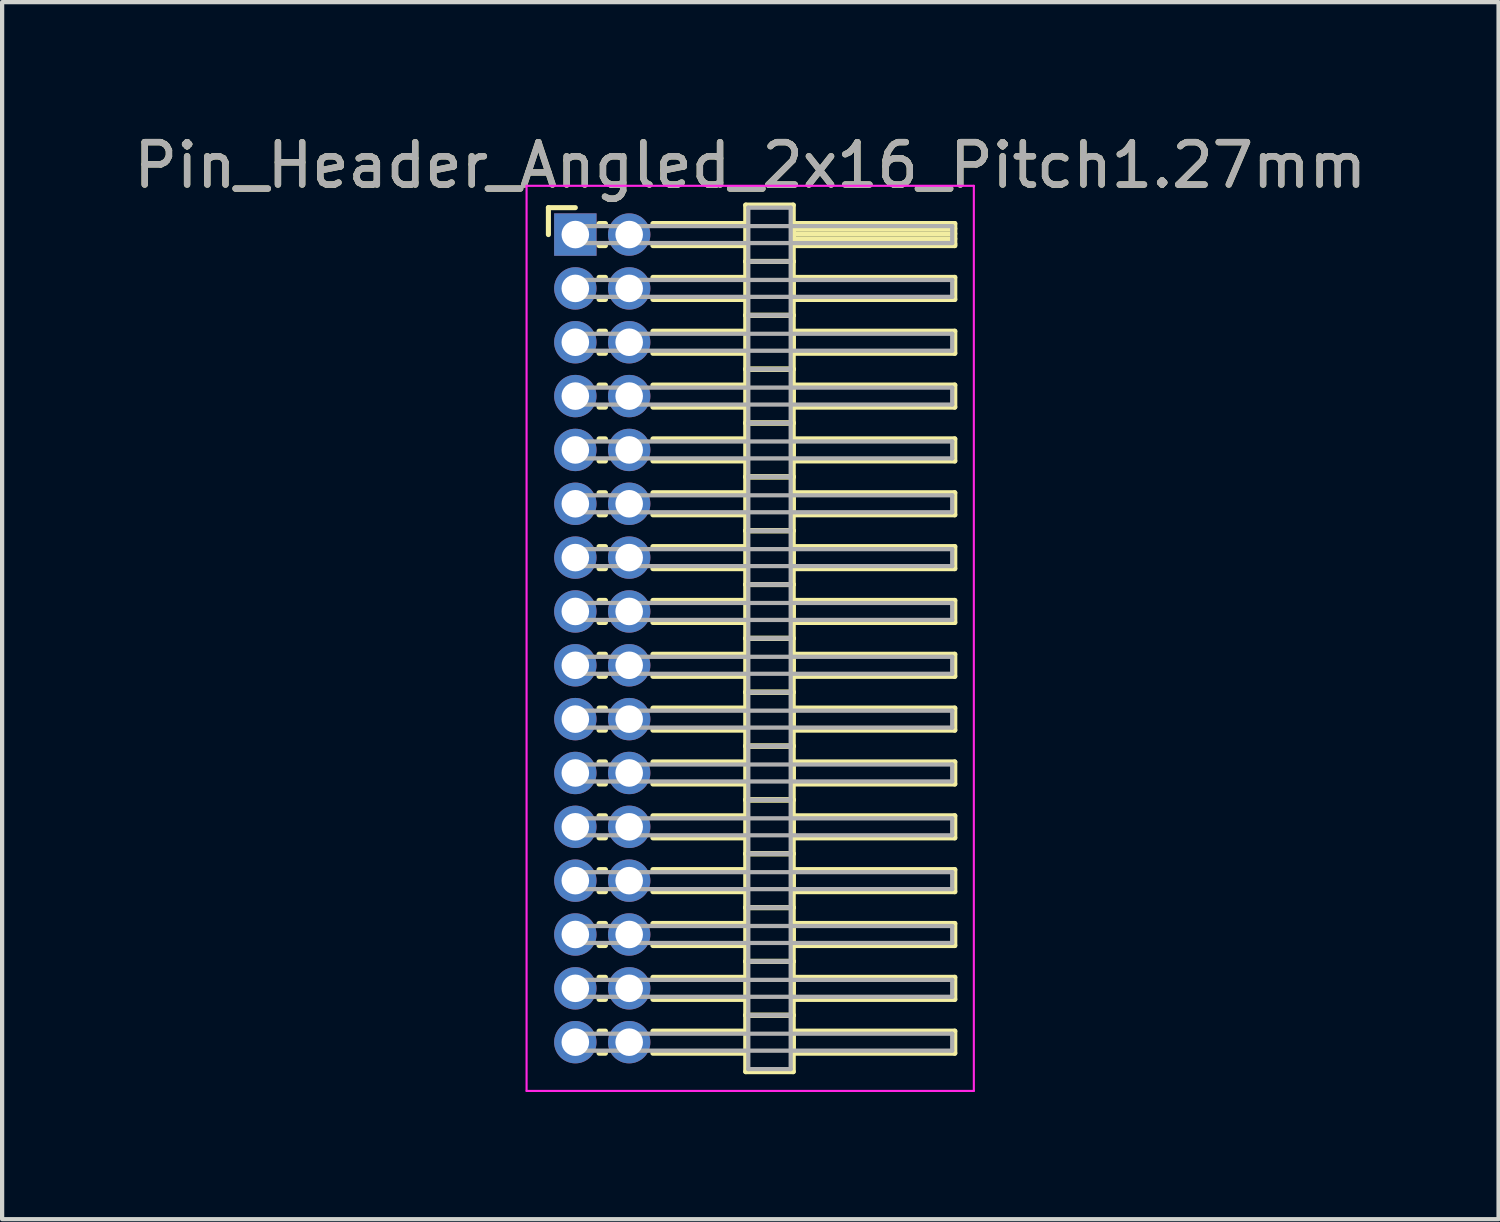
<source format=kicad_pcb>
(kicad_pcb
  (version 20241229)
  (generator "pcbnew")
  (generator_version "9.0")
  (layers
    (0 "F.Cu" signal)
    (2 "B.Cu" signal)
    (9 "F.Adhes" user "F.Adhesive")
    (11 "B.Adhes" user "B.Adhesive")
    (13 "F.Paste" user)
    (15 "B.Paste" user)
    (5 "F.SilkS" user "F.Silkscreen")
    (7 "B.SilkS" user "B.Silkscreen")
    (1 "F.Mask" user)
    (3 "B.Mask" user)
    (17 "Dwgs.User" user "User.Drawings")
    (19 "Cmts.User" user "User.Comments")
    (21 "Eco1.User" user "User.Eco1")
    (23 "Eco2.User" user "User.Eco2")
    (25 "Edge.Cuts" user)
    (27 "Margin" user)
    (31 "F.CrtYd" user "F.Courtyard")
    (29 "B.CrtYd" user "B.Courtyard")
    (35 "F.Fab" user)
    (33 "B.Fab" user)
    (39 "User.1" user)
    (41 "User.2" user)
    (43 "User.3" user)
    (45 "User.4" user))
  (footprint "Pin_Header_Angled_2x16_Pitch1.27mm"
    (layer "F.Cu")
    (at 10.521 2.483)
    (property "Reference" "Pin_Header_Angled_2x16_Pitch1.27mm" (at 4.128 -1.635 0) (layer "F.SilkS") (effects (font (size 1 1) (thickness 0.15))))
    (attr through_hole)
    (fp_line (start -0.635 -0.635) (end 0 -0.635) (stroke (width 0.12) (type solid)) (layer "F.SilkS"))
    (fp_line (start -0.635 0) (end -0.635 -0.635) (stroke (width 0.12) (type solid)) (layer "F.SilkS"))
    (fp_line (start 0.56 -0.26) (end 0.71 -0.26) (stroke (width 0.12) (type solid)) (layer "F.SilkS"))
    (fp_line (start 0.56 0.26) (end 0.71 0.26) (stroke (width 0.12) (type solid)) (layer "F.SilkS"))
    (fp_line (start 0.56 1.01) (end 0.71 1.01) (stroke (width 0.12) (type solid)) (layer "F.SilkS"))
    (fp_line (start 0.56 1.53) (end 0.71 1.53) (stroke (width 0.12) (type solid)) (layer "F.SilkS"))
    (fp_line (start 0.56 2.28) (end 0.71 2.28) (stroke (width 0.12) (type solid)) (layer "F.SilkS"))
    (fp_line (start 0.56 2.8) (end 0.71 2.8) (stroke (width 0.12) (type solid)) (layer "F.SilkS"))
    (fp_line (start 0.56 3.55) (end 0.71 3.55) (stroke (width 0.12) (type solid)) (layer "F.SilkS"))
    (fp_line (start 0.56 4.07) (end 0.71 4.07) (stroke (width 0.12) (type solid)) (layer "F.SilkS"))
    (fp_line (start 0.56 4.82) (end 0.71 4.82) (stroke (width 0.12) (type solid)) (layer "F.SilkS"))
    (fp_line (start 0.56 5.34) (end 0.71 5.34) (stroke (width 0.12) (type solid)) (layer "F.SilkS"))
    (fp_line (start 0.56 6.09) (end 0.71 6.09) (stroke (width 0.12) (type solid)) (layer "F.SilkS"))
    (fp_line (start 0.56 6.61) (end 0.71 6.61) (stroke (width 0.12) (type solid)) (layer "F.SilkS"))
    (fp_line (start 0.56 7.36) (end 0.71 7.36) (stroke (width 0.12) (type solid)) (layer "F.SilkS"))
    (fp_line (start 0.56 7.88) (end 0.71 7.88) (stroke (width 0.12) (type solid)) (layer "F.SilkS"))
    (fp_line (start 0.56 8.63) (end 0.71 8.63) (stroke (width 0.12) (type solid)) (layer "F.SilkS"))
    (fp_line (start 0.56 9.15) (end 0.71 9.15) (stroke (width 0.12) (type solid)) (layer "F.SilkS"))
    (fp_line (start 0.56 9.9) (end 0.71 9.9) (stroke (width 0.12) (type solid)) (layer "F.SilkS"))
    (fp_line (start 0.56 10.42) (end 0.71 10.42) (stroke (width 0.12) (type solid)) (layer "F.SilkS"))
    (fp_line (start 0.56 11.17) (end 0.71 11.17) (stroke (width 0.12) (type solid)) (layer "F.SilkS"))
    (fp_line (start 0.56 11.69) (end 0.71 11.69) (stroke (width 0.12) (type solid)) (layer "F.SilkS"))
    (fp_line (start 0.56 12.44) (end 0.71 12.44) (stroke (width 0.12) (type solid)) (layer "F.SilkS"))
    (fp_line (start 0.56 12.96) (end 0.71 12.96) (stroke (width 0.12) (type solid)) (layer "F.SilkS"))
    (fp_line (start 0.56 13.71) (end 0.71 13.71) (stroke (width 0.12) (type solid)) (layer "F.SilkS"))
    (fp_line (start 0.56 14.23) (end 0.71 14.23) (stroke (width 0.12) (type solid)) (layer "F.SilkS"))
    (fp_line (start 0.56 14.98) (end 0.71 14.98) (stroke (width 0.12) (type solid)) (layer "F.SilkS"))
    (fp_line (start 0.56 15.5) (end 0.71 15.5) (stroke (width 0.12) (type solid)) (layer "F.SilkS"))
    (fp_line (start 0.56 16.25) (end 0.71 16.25) (stroke (width 0.12) (type solid)) (layer "F.SilkS"))
    (fp_line (start 0.56 16.77) (end 0.71 16.77) (stroke (width 0.12) (type solid)) (layer "F.SilkS"))
    (fp_line (start 0.56 17.52) (end 0.71 17.52) (stroke (width 0.12) (type solid)) (layer "F.SilkS"))
    (fp_line (start 0.56 18.04) (end 0.71 18.04) (stroke (width 0.12) (type solid)) (layer "F.SilkS"))
    (fp_line (start 0.56 18.79) (end 0.71 18.79) (stroke (width 0.12) (type solid)) (layer "F.SilkS"))
    (fp_line (start 0.56 19.31) (end 0.71 19.31) (stroke (width 0.12) (type solid)) (layer "F.SilkS"))
    (fp_line (start 1.83 -0.26) (end 4.02 -0.26) (stroke (width 0.12) (type solid)) (layer "F.SilkS"))
    (fp_line (start 1.83 0.26) (end 4.02 0.26) (stroke (width 0.12) (type solid)) (layer "F.SilkS"))
    (fp_line (start 1.83 1.01) (end 4.02 1.01) (stroke (width 0.12) (type solid)) (layer "F.SilkS"))
    (fp_line (start 1.83 1.53) (end 4.02 1.53) (stroke (width 0.12) (type solid)) (layer "F.SilkS"))
    (fp_line (start 1.83 2.28) (end 4.02 2.28) (stroke (width 0.12) (type solid)) (layer "F.SilkS"))
    (fp_line (start 1.83 2.8) (end 4.02 2.8) (stroke (width 0.12) (type solid)) (layer "F.SilkS"))
    (fp_line (start 1.83 3.55) (end 4.02 3.55) (stroke (width 0.12) (type solid)) (layer "F.SilkS"))
    (fp_line (start 1.83 4.07) (end 4.02 4.07) (stroke (width 0.12) (type solid)) (layer "F.SilkS"))
    (fp_line (start 1.83 4.82) (end 4.02 4.82) (stroke (width 0.12) (type solid)) (layer "F.SilkS"))
    (fp_line (start 1.83 5.34) (end 4.02 5.34) (stroke (width 0.12) (type solid)) (layer "F.SilkS"))
    (fp_line (start 1.83 6.09) (end 4.02 6.09) (stroke (width 0.12) (type solid)) (layer "F.SilkS"))
    (fp_line (start 1.83 6.61) (end 4.02 6.61) (stroke (width 0.12) (type solid)) (layer "F.SilkS"))
    (fp_line (start 1.83 7.36) (end 4.02 7.36) (stroke (width 0.12) (type solid)) (layer "F.SilkS"))
    (fp_line (start 1.83 7.88) (end 4.02 7.88) (stroke (width 0.12) (type solid)) (layer "F.SilkS"))
    (fp_line (start 1.83 8.63) (end 4.02 8.63) (stroke (width 0.12) (type solid)) (layer "F.SilkS"))
    (fp_line (start 1.83 9.15) (end 4.02 9.15) (stroke (width 0.12) (type solid)) (layer "F.SilkS"))
    (fp_line (start 1.83 9.9) (end 4.02 9.9) (stroke (width 0.12) (type solid)) (layer "F.SilkS"))
    (fp_line (start 1.83 10.42) (end 4.02 10.42) (stroke (width 0.12) (type solid)) (layer "F.SilkS"))
    (fp_line (start 1.83 11.17) (end 4.02 11.17) (stroke (width 0.12) (type solid)) (layer "F.SilkS"))
    (fp_line (start 1.83 11.69) (end 4.02 11.69) (stroke (width 0.12) (type solid)) (layer "F.SilkS"))
    (fp_line (start 1.83 12.44) (end 4.02 12.44) (stroke (width 0.12) (type solid)) (layer "F.SilkS"))
    (fp_line (start 1.83 12.96) (end 4.02 12.96) (stroke (width 0.12) (type solid)) (layer "F.SilkS"))
    (fp_line (start 1.83 13.71) (end 4.02 13.71) (stroke (width 0.12) (type solid)) (layer "F.SilkS"))
    (fp_line (start 1.83 14.23) (end 4.02 14.23) (stroke (width 0.12) (type solid)) (layer "F.SilkS"))
    (fp_line (start 1.83 14.98) (end 4.02 14.98) (stroke (width 0.12) (type solid)) (layer "F.SilkS"))
    (fp_line (start 1.83 15.5) (end 4.02 15.5) (stroke (width 0.12) (type solid)) (layer "F.SilkS"))
    (fp_line (start 1.83 16.25) (end 4.02 16.25) (stroke (width 0.12) (type solid)) (layer "F.SilkS"))
    (fp_line (start 1.83 16.77) (end 4.02 16.77) (stroke (width 0.12) (type solid)) (layer "F.SilkS"))
    (fp_line (start 1.83 17.52) (end 4.02 17.52) (stroke (width 0.12) (type solid)) (layer "F.SilkS"))
    (fp_line (start 1.83 18.04) (end 4.02 18.04) (stroke (width 0.12) (type solid)) (layer "F.SilkS"))
    (fp_line (start 1.83 18.79) (end 4.02 18.79) (stroke (width 0.12) (type solid)) (layer "F.SilkS"))
    (fp_line (start 1.83 19.31) (end 4.02 19.31) (stroke (width 0.12) (type solid)) (layer "F.SilkS"))
    (fp_line (start 4.02 -0.695) (end 4.02 0.635) (stroke (width 0.12) (type solid)) (layer "F.SilkS"))
    (fp_line (start 4.02 0.635) (end 4.02 1.905) (stroke (width 0.12) (type solid)) (layer "F.SilkS"))
    (fp_line (start 4.02 0.635) (end 5.14 0.635) (stroke (width 0.12) (type solid)) (layer "F.SilkS"))
    (fp_line (start 4.02 1.905) (end 4.02 3.175) (stroke (width 0.12) (type solid)) (layer "F.SilkS"))
    (fp_line (start 4.02 1.905) (end 5.14 1.905) (stroke (width 0.12) (type solid)) (layer "F.SilkS"))
    (fp_line (start 4.02 3.175) (end 4.02 4.445) (stroke (width 0.12) (type solid)) (layer "F.SilkS"))
    (fp_line (start 4.02 3.175) (end 5.14 3.175) (stroke (width 0.12) (type solid)) (layer "F.SilkS"))
    (fp_line (start 4.02 4.445) (end 4.02 5.715) (stroke (width 0.12) (type solid)) (layer "F.SilkS"))
    (fp_line (start 4.02 4.445) (end 5.14 4.445) (stroke (width 0.12) (type solid)) (layer "F.SilkS"))
    (fp_line (start 4.02 5.715) (end 4.02 6.985) (stroke (width 0.12) (type solid)) (layer "F.SilkS"))
    (fp_line (start 4.02 5.715) (end 5.14 5.715) (stroke (width 0.12) (type solid)) (layer "F.SilkS"))
    (fp_line (start 4.02 6.985) (end 4.02 8.255) (stroke (width 0.12) (type solid)) (layer "F.SilkS"))
    (fp_line (start 4.02 6.985) (end 5.14 6.985) (stroke (width 0.12) (type solid)) (layer "F.SilkS"))
    (fp_line (start 4.02 8.255) (end 4.02 9.525) (stroke (width 0.12) (type solid)) (layer "F.SilkS"))
    (fp_line (start 4.02 8.255) (end 5.14 8.255) (stroke (width 0.12) (type solid)) (layer "F.SilkS"))
    (fp_line (start 4.02 9.525) (end 4.02 10.795) (stroke (width 0.12) (type solid)) (layer "F.SilkS"))
    (fp_line (start 4.02 9.525) (end 5.14 9.525) (stroke (width 0.12) (type solid)) (layer "F.SilkS"))
    (fp_line (start 4.02 10.795) (end 4.02 12.065) (stroke (width 0.12) (type solid)) (layer "F.SilkS"))
    (fp_line (start 4.02 10.795) (end 5.14 10.795) (stroke (width 0.12) (type solid)) (layer "F.SilkS"))
    (fp_line (start 4.02 12.065) (end 4.02 13.335) (stroke (width 0.12) (type solid)) (layer "F.SilkS"))
    (fp_line (start 4.02 12.065) (end 5.14 12.065) (stroke (width 0.12) (type solid)) (layer "F.SilkS"))
    (fp_line (start 4.02 13.335) (end 4.02 14.605) (stroke (width 0.12) (type solid)) (layer "F.SilkS"))
    (fp_line (start 4.02 13.335) (end 5.14 13.335) (stroke (width 0.12) (type solid)) (layer "F.SilkS"))
    (fp_line (start 4.02 14.605) (end 4.02 15.875) (stroke (width 0.12) (type solid)) (layer "F.SilkS"))
    (fp_line (start 4.02 14.605) (end 5.14 14.605) (stroke (width 0.12) (type solid)) (layer "F.SilkS"))
    (fp_line (start 4.02 15.875) (end 4.02 17.145) (stroke (width 0.12) (type solid)) (layer "F.SilkS"))
    (fp_line (start 4.02 15.875) (end 5.14 15.875) (stroke (width 0.12) (type solid)) (layer "F.SilkS"))
    (fp_line (start 4.02 17.145) (end 4.02 18.415) (stroke (width 0.12) (type solid)) (layer "F.SilkS"))
    (fp_line (start 4.02 17.145) (end 5.14 17.145) (stroke (width 0.12) (type solid)) (layer "F.SilkS"))
    (fp_line (start 4.02 18.415) (end 4.02 19.745) (stroke (width 0.12) (type solid)) (layer "F.SilkS"))
    (fp_line (start 4.02 18.415) (end 5.14 18.415) (stroke (width 0.12) (type solid)) (layer "F.SilkS"))
    (fp_line (start 4.02 19.745) (end 5.14 19.745) (stroke (width 0.12) (type solid)) (layer "F.SilkS"))
    (fp_line (start 5.14 -0.695) (end 4.02 -0.695) (stroke (width 0.12) (type solid)) (layer "F.SilkS"))
    (fp_line (start 5.14 -0.26) (end 5.14 0.26) (stroke (width 0.12) (type solid)) (layer "F.SilkS"))
    (fp_line (start 5.14 -0.14) (end 8.95 -0.14) (stroke (width 0.12) (type solid)) (layer "F.SilkS"))
    (fp_line (start 5.14 -0.02) (end 8.95 -0.02) (stroke (width 0.12) (type solid)) (layer "F.SilkS"))
    (fp_line (start 5.14 0.1) (end 8.95 0.1) (stroke (width 0.12) (type solid)) (layer "F.SilkS"))
    (fp_line (start 5.14 0.22) (end 8.95 0.22) (stroke (width 0.12) (type solid)) (layer "F.SilkS"))
    (fp_line (start 5.14 0.26) (end 8.95 0.26) (stroke (width 0.12) (type solid)) (layer "F.SilkS"))
    (fp_line (start 5.14 0.635) (end 4.02 0.635) (stroke (width 0.12) (type solid)) (layer "F.SilkS"))
    (fp_line (start 5.14 0.635) (end 5.14 -0.695) (stroke (width 0.12) (type solid)) (layer "F.SilkS"))
    (fp_line (start 5.14 1.01) (end 5.14 1.53) (stroke (width 0.12) (type solid)) (layer "F.SilkS"))
    (fp_line (start 5.14 1.53) (end 8.95 1.53) (stroke (width 0.12) (type solid)) (layer "F.SilkS"))
    (fp_line (start 5.14 1.905) (end 4.02 1.905) (stroke (width 0.12) (type solid)) (layer "F.SilkS"))
    (fp_line (start 5.14 1.905) (end 5.14 0.635) (stroke (width 0.12) (type solid)) (layer "F.SilkS"))
    (fp_line (start 5.14 2.28) (end 5.14 2.8) (stroke (width 0.12) (type solid)) (layer "F.SilkS"))
    (fp_line (start 5.14 2.8) (end 8.95 2.8) (stroke (width 0.12) (type solid)) (layer "F.SilkS"))
    (fp_line (start 5.14 3.175) (end 4.02 3.175) (stroke (width 0.12) (type solid)) (layer "F.SilkS"))
    (fp_line (start 5.14 3.175) (end 5.14 1.905) (stroke (width 0.12) (type solid)) (layer "F.SilkS"))
    (fp_line (start 5.14 3.55) (end 5.14 4.07) (stroke (width 0.12) (type solid)) (layer "F.SilkS"))
    (fp_line (start 5.14 4.07) (end 8.95 4.07) (stroke (width 0.12) (type solid)) (layer "F.SilkS"))
    (fp_line (start 5.14 4.445) (end 4.02 4.445) (stroke (width 0.12) (type solid)) (layer "F.SilkS"))
    (fp_line (start 5.14 4.445) (end 5.14 3.175) (stroke (width 0.12) (type solid)) (layer "F.SilkS"))
    (fp_line (start 5.14 4.82) (end 5.14 5.34) (stroke (width 0.12) (type solid)) (layer "F.SilkS"))
    (fp_line (start 5.14 5.34) (end 8.95 5.34) (stroke (width 0.12) (type solid)) (layer "F.SilkS"))
    (fp_line (start 5.14 5.715) (end 4.02 5.715) (stroke (width 0.12) (type solid)) (layer "F.SilkS"))
    (fp_line (start 5.14 5.715) (end 5.14 4.445) (stroke (width 0.12) (type solid)) (layer "F.SilkS"))
    (fp_line (start 5.14 6.09) (end 5.14 6.61) (stroke (width 0.12) (type solid)) (layer "F.SilkS"))
    (fp_line (start 5.14 6.61) (end 8.95 6.61) (stroke (width 0.12) (type solid)) (layer "F.SilkS"))
    (fp_line (start 5.14 6.985) (end 4.02 6.985) (stroke (width 0.12) (type solid)) (layer "F.SilkS"))
    (fp_line (start 5.14 6.985) (end 5.14 5.715) (stroke (width 0.12) (type solid)) (layer "F.SilkS"))
    (fp_line (start 5.14 7.36) (end 5.14 7.88) (stroke (width 0.12) (type solid)) (layer "F.SilkS"))
    (fp_line (start 5.14 7.88) (end 8.95 7.88) (stroke (width 0.12) (type solid)) (layer "F.SilkS"))
    (fp_line (start 5.14 8.255) (end 4.02 8.255) (stroke (width 0.12) (type solid)) (layer "F.SilkS"))
    (fp_line (start 5.14 8.255) (end 5.14 6.985) (stroke (width 0.12) (type solid)) (layer "F.SilkS"))
    (fp_line (start 5.14 8.63) (end 5.14 9.15) (stroke (width 0.12) (type solid)) (layer "F.SilkS"))
    (fp_line (start 5.14 9.15) (end 8.95 9.15) (stroke (width 0.12) (type solid)) (layer "F.SilkS"))
    (fp_line (start 5.14 9.525) (end 4.02 9.525) (stroke (width 0.12) (type solid)) (layer "F.SilkS"))
    (fp_line (start 5.14 9.525) (end 5.14 8.255) (stroke (width 0.12) (type solid)) (layer "F.SilkS"))
    (fp_line (start 5.14 9.9) (end 5.14 10.42) (stroke (width 0.12) (type solid)) (layer "F.SilkS"))
    (fp_line (start 5.14 10.42) (end 8.95 10.42) (stroke (width 0.12) (type solid)) (layer "F.SilkS"))
    (fp_line (start 5.14 10.795) (end 4.02 10.795) (stroke (width 0.12) (type solid)) (layer "F.SilkS"))
    (fp_line (start 5.14 10.795) (end 5.14 9.525) (stroke (width 0.12) (type solid)) (layer "F.SilkS"))
    (fp_line (start 5.14 11.17) (end 5.14 11.69) (stroke (width 0.12) (type solid)) (layer "F.SilkS"))
    (fp_line (start 5.14 11.69) (end 8.95 11.69) (stroke (width 0.12) (type solid)) (layer "F.SilkS"))
    (fp_line (start 5.14 12.065) (end 4.02 12.065) (stroke (width 0.12) (type solid)) (layer "F.SilkS"))
    (fp_line (start 5.14 12.065) (end 5.14 10.795) (stroke (width 0.12) (type solid)) (layer "F.SilkS"))
    (fp_line (start 5.14 12.44) (end 5.14 12.96) (stroke (width 0.12) (type solid)) (layer "F.SilkS"))
    (fp_line (start 5.14 12.96) (end 8.95 12.96) (stroke (width 0.12) (type solid)) (layer "F.SilkS"))
    (fp_line (start 5.14 13.335) (end 4.02 13.335) (stroke (width 0.12) (type solid)) (layer "F.SilkS"))
    (fp_line (start 5.14 13.335) (end 5.14 12.065) (stroke (width 0.12) (type solid)) (layer "F.SilkS"))
    (fp_line (start 5.14 13.71) (end 5.14 14.23) (stroke (width 0.12) (type solid)) (layer "F.SilkS"))
    (fp_line (start 5.14 14.23) (end 8.95 14.23) (stroke (width 0.12) (type solid)) (layer "F.SilkS"))
    (fp_line (start 5.14 14.605) (end 4.02 14.605) (stroke (width 0.12) (type solid)) (layer "F.SilkS"))
    (fp_line (start 5.14 14.605) (end 5.14 13.335) (stroke (width 0.12) (type solid)) (layer "F.SilkS"))
    (fp_line (start 5.14 14.98) (end 5.14 15.5) (stroke (width 0.12) (type solid)) (layer "F.SilkS"))
    (fp_line (start 5.14 15.5) (end 8.95 15.5) (stroke (width 0.12) (type solid)) (layer "F.SilkS"))
    (fp_line (start 5.14 15.875) (end 4.02 15.875) (stroke (width 0.12) (type solid)) (layer "F.SilkS"))
    (fp_line (start 5.14 15.875) (end 5.14 14.605) (stroke (width 0.12) (type solid)) (layer "F.SilkS"))
    (fp_line (start 5.14 16.25) (end 5.14 16.77) (stroke (width 0.12) (type solid)) (layer "F.SilkS"))
    (fp_line (start 5.14 16.77) (end 8.95 16.77) (stroke (width 0.12) (type solid)) (layer "F.SilkS"))
    (fp_line (start 5.14 17.145) (end 4.02 17.145) (stroke (width 0.12) (type solid)) (layer "F.SilkS"))
    (fp_line (start 5.14 17.145) (end 5.14 15.875) (stroke (width 0.12) (type solid)) (layer "F.SilkS"))
    (fp_line (start 5.14 17.52) (end 5.14 18.04) (stroke (width 0.12) (type solid)) (layer "F.SilkS"))
    (fp_line (start 5.14 18.04) (end 8.95 18.04) (stroke (width 0.12) (type solid)) (layer "F.SilkS"))
    (fp_line (start 5.14 18.415) (end 4.02 18.415) (stroke (width 0.12) (type solid)) (layer "F.SilkS"))
    (fp_line (start 5.14 18.415) (end 5.14 17.145) (stroke (width 0.12) (type solid)) (layer "F.SilkS"))
    (fp_line (start 5.14 18.79) (end 5.14 19.31) (stroke (width 0.12) (type solid)) (layer "F.SilkS"))
    (fp_line (start 5.14 19.31) (end 8.95 19.31) (stroke (width 0.12) (type solid)) (layer "F.SilkS"))
    (fp_line (start 5.14 19.745) (end 5.14 18.415) (stroke (width 0.12) (type solid)) (layer "F.SilkS"))
    (fp_line (start 8.95 -0.26) (end 5.14 -0.26) (stroke (width 0.12) (type solid)) (layer "F.SilkS"))
    (fp_line (start 8.95 0.26) (end 8.95 -0.26) (stroke (width 0.12) (type solid)) (layer "F.SilkS"))
    (fp_line (start 8.95 1.01) (end 5.14 1.01) (stroke (width 0.12) (type solid)) (layer "F.SilkS"))
    (fp_line (start 8.95 1.53) (end 8.95 1.01) (stroke (width 0.12) (type solid)) (layer "F.SilkS"))
    (fp_line (start 8.95 2.28) (end 5.14 2.28) (stroke (width 0.12) (type solid)) (layer "F.SilkS"))
    (fp_line (start 8.95 2.8) (end 8.95 2.28) (stroke (width 0.12) (type solid)) (layer "F.SilkS"))
    (fp_line (start 8.95 3.55) (end 5.14 3.55) (stroke (width 0.12) (type solid)) (layer "F.SilkS"))
    (fp_line (start 8.95 4.07) (end 8.95 3.55) (stroke (width 0.12) (type solid)) (layer "F.SilkS"))
    (fp_line (start 8.95 4.82) (end 5.14 4.82) (stroke (width 0.12) (type solid)) (layer "F.SilkS"))
    (fp_line (start 8.95 5.34) (end 8.95 4.82) (stroke (width 0.12) (type solid)) (layer "F.SilkS"))
    (fp_line (start 8.95 6.09) (end 5.14 6.09) (stroke (width 0.12) (type solid)) (layer "F.SilkS"))
    (fp_line (start 8.95 6.61) (end 8.95 6.09) (stroke (width 0.12) (type solid)) (layer "F.SilkS"))
    (fp_line (start 8.95 7.36) (end 5.14 7.36) (stroke (width 0.12) (type solid)) (layer "F.SilkS"))
    (fp_line (start 8.95 7.88) (end 8.95 7.36) (stroke (width 0.12) (type solid)) (layer "F.SilkS"))
    (fp_line (start 8.95 8.63) (end 5.14 8.63) (stroke (width 0.12) (type solid)) (layer "F.SilkS"))
    (fp_line (start 8.95 9.15) (end 8.95 8.63) (stroke (width 0.12) (type solid)) (layer "F.SilkS"))
    (fp_line (start 8.95 9.9) (end 5.14 9.9) (stroke (width 0.12) (type solid)) (layer "F.SilkS"))
    (fp_line (start 8.95 10.42) (end 8.95 9.9) (stroke (width 0.12) (type solid)) (layer "F.SilkS"))
    (fp_line (start 8.95 11.17) (end 5.14 11.17) (stroke (width 0.12) (type solid)) (layer "F.SilkS"))
    (fp_line (start 8.95 11.69) (end 8.95 11.17) (stroke (width 0.12) (type solid)) (layer "F.SilkS"))
    (fp_line (start 8.95 12.44) (end 5.14 12.44) (stroke (width 0.12) (type solid)) (layer "F.SilkS"))
    (fp_line (start 8.95 12.96) (end 8.95 12.44) (stroke (width 0.12) (type solid)) (layer "F.SilkS"))
    (fp_line (start 8.95 13.71) (end 5.14 13.71) (stroke (width 0.12) (type solid)) (layer "F.SilkS"))
    (fp_line (start 8.95 14.23) (end 8.95 13.71) (stroke (width 0.12) (type solid)) (layer "F.SilkS"))
    (fp_line (start 8.95 14.98) (end 5.14 14.98) (stroke (width 0.12) (type solid)) (layer "F.SilkS"))
    (fp_line (start 8.95 15.5) (end 8.95 14.98) (stroke (width 0.12) (type solid)) (layer "F.SilkS"))
    (fp_line (start 8.95 16.25) (end 5.14 16.25) (stroke (width 0.12) (type solid)) (layer "F.SilkS"))
    (fp_line (start 8.95 16.77) (end 8.95 16.25) (stroke (width 0.12) (type solid)) (layer "F.SilkS"))
    (fp_line (start 8.95 17.52) (end 5.14 17.52) (stroke (width 0.12) (type solid)) (layer "F.SilkS"))
    (fp_line (start 8.95 18.04) (end 8.95 17.52) (stroke (width 0.12) (type solid)) (layer "F.SilkS"))
    (fp_line (start 8.95 18.79) (end 5.14 18.79) (stroke (width 0.12) (type solid)) (layer "F.SilkS"))
    (fp_line (start 8.95 19.31) (end 8.95 18.79) (stroke (width 0.12) (type solid)) (layer "F.SilkS"))
    (fp_line (start -1.15 -1.15) (end -1.15 20.2) (stroke (width 0.05) (type solid)) (layer "F.CrtYd"))
    (fp_line (start -1.15 20.2) (end 9.4 20.2) (stroke (width 0.05) (type solid)) (layer "F.CrtYd"))
    (fp_line (start 9.4 -1.15) (end -1.15 -1.15) (stroke (width 0.05) (type solid)) (layer "F.CrtYd"))
    (fp_line (start 9.4 20.2) (end 9.4 -1.15) (stroke (width 0.05) (type solid)) (layer "F.CrtYd"))
    (fp_line (start 0 -0.2) (end 0 0.2) (stroke (width 0.1) (type solid)) (layer "F.Fab"))
    (fp_line (start 0 0.2) (end 8.89 0.2) (stroke (width 0.1) (type solid)) (layer "F.Fab"))
    (fp_line (start 0 1.07) (end 0 1.47) (stroke (width 0.1) (type solid)) (layer "F.Fab"))
    (fp_line (start 0 1.47) (end 8.89 1.47) (stroke (width 0.1) (type solid)) (layer "F.Fab"))
    (fp_line (start 0 2.34) (end 0 2.74) (stroke (width 0.1) (type solid)) (layer "F.Fab"))
    (fp_line (start 0 2.74) (end 8.89 2.74) (stroke (width 0.1) (type solid)) (layer "F.Fab"))
    (fp_line (start 0 3.61) (end 0 4.01) (stroke (width 0.1) (type solid)) (layer "F.Fab"))
    (fp_line (start 0 4.01) (end 8.89 4.01) (stroke (width 0.1) (type solid)) (layer "F.Fab"))
    (fp_line (start 0 4.88) (end 0 5.28) (stroke (width 0.1) (type solid)) (layer "F.Fab"))
    (fp_line (start 0 5.28) (end 8.89 5.28) (stroke (width 0.1) (type solid)) (layer "F.Fab"))
    (fp_line (start 0 6.15) (end 0 6.55) (stroke (width 0.1) (type solid)) (layer "F.Fab"))
    (fp_line (start 0 6.55) (end 8.89 6.55) (stroke (width 0.1) (type solid)) (layer "F.Fab"))
    (fp_line (start 0 7.42) (end 0 7.82) (stroke (width 0.1) (type solid)) (layer "F.Fab"))
    (fp_line (start 0 7.82) (end 8.89 7.82) (stroke (width 0.1) (type solid)) (layer "F.Fab"))
    (fp_line (start 0 8.69) (end 0 9.09) (stroke (width 0.1) (type solid)) (layer "F.Fab"))
    (fp_line (start 0 9.09) (end 8.89 9.09) (stroke (width 0.1) (type solid)) (layer "F.Fab"))
    (fp_line (start 0 9.96) (end 0 10.36) (stroke (width 0.1) (type solid)) (layer "F.Fab"))
    (fp_line (start 0 10.36) (end 8.89 10.36) (stroke (width 0.1) (type solid)) (layer "F.Fab"))
    (fp_line (start 0 11.23) (end 0 11.63) (stroke (width 0.1) (type solid)) (layer "F.Fab"))
    (fp_line (start 0 11.63) (end 8.89 11.63) (stroke (width 0.1) (type solid)) (layer "F.Fab"))
    (fp_line (start 0 12.5) (end 0 12.9) (stroke (width 0.1) (type solid)) (layer "F.Fab"))
    (fp_line (start 0 12.9) (end 8.89 12.9) (stroke (width 0.1) (type solid)) (layer "F.Fab"))
    (fp_line (start 0 13.77) (end 0 14.17) (stroke (width 0.1) (type solid)) (layer "F.Fab"))
    (fp_line (start 0 14.17) (end 8.89 14.17) (stroke (width 0.1) (type solid)) (layer "F.Fab"))
    (fp_line (start 0 15.04) (end 0 15.44) (stroke (width 0.1) (type solid)) (layer "F.Fab"))
    (fp_line (start 0 15.44) (end 8.89 15.44) (stroke (width 0.1) (type solid)) (layer "F.Fab"))
    (fp_line (start 0 16.31) (end 0 16.71) (stroke (width 0.1) (type solid)) (layer "F.Fab"))
    (fp_line (start 0 16.71) (end 8.89 16.71) (stroke (width 0.1) (type solid)) (layer "F.Fab"))
    (fp_line (start 0 17.58) (end 0 17.98) (stroke (width 0.1) (type solid)) (layer "F.Fab"))
    (fp_line (start 0 17.98) (end 8.89 17.98) (stroke (width 0.1) (type solid)) (layer "F.Fab"))
    (fp_line (start 0 18.85) (end 0 19.25) (stroke (width 0.1) (type solid)) (layer "F.Fab"))
    (fp_line (start 0 19.25) (end 8.89 19.25) (stroke (width 0.1) (type solid)) (layer "F.Fab"))
    (fp_line (start 4.08 -0.635) (end 4.08 0.635) (stroke (width 0.1) (type solid)) (layer "F.Fab"))
    (fp_line (start 4.08 0.635) (end 4.08 1.905) (stroke (width 0.1) (type solid)) (layer "F.Fab"))
    (fp_line (start 4.08 0.635) (end 5.08 0.635) (stroke (width 0.1) (type solid)) (layer "F.Fab"))
    (fp_line (start 4.08 1.905) (end 4.08 3.175) (stroke (width 0.1) (type solid)) (layer "F.Fab"))
    (fp_line (start 4.08 1.905) (end 5.08 1.905) (stroke (width 0.1) (type solid)) (layer "F.Fab"))
    (fp_line (start 4.08 3.175) (end 4.08 4.445) (stroke (width 0.1) (type solid)) (layer "F.Fab"))
    (fp_line (start 4.08 3.175) (end 5.08 3.175) (stroke (width 0.1) (type solid)) (layer "F.Fab"))
    (fp_line (start 4.08 4.445) (end 4.08 5.715) (stroke (width 0.1) (type solid)) (layer "F.Fab"))
    (fp_line (start 4.08 4.445) (end 5.08 4.445) (stroke (width 0.1) (type solid)) (layer "F.Fab"))
    (fp_line (start 4.08 5.715) (end 4.08 6.985) (stroke (width 0.1) (type solid)) (layer "F.Fab"))
    (fp_line (start 4.08 5.715) (end 5.08 5.715) (stroke (width 0.1) (type solid)) (layer "F.Fab"))
    (fp_line (start 4.08 6.985) (end 4.08 8.255) (stroke (width 0.1) (type solid)) (layer "F.Fab"))
    (fp_line (start 4.08 6.985) (end 5.08 6.985) (stroke (width 0.1) (type solid)) (layer "F.Fab"))
    (fp_line (start 4.08 8.255) (end 4.08 9.525) (stroke (width 0.1) (type solid)) (layer "F.Fab"))
    (fp_line (start 4.08 8.255) (end 5.08 8.255) (stroke (width 0.1) (type solid)) (layer "F.Fab"))
    (fp_line (start 4.08 9.525) (end 4.08 10.795) (stroke (width 0.1) (type solid)) (layer "F.Fab"))
    (fp_line (start 4.08 9.525) (end 5.08 9.525) (stroke (width 0.1) (type solid)) (layer "F.Fab"))
    (fp_line (start 4.08 10.795) (end 4.08 12.065) (stroke (width 0.1) (type solid)) (layer "F.Fab"))
    (fp_line (start 4.08 10.795) (end 5.08 10.795) (stroke (width 0.1) (type solid)) (layer "F.Fab"))
    (fp_line (start 4.08 12.065) (end 4.08 13.335) (stroke (width 0.1) (type solid)) (layer "F.Fab"))
    (fp_line (start 4.08 12.065) (end 5.08 12.065) (stroke (width 0.1) (type solid)) (layer "F.Fab"))
    (fp_line (start 4.08 13.335) (end 4.08 14.605) (stroke (width 0.1) (type solid)) (layer "F.Fab"))
    (fp_line (start 4.08 13.335) (end 5.08 13.335) (stroke (width 0.1) (type solid)) (layer "F.Fab"))
    (fp_line (start 4.08 14.605) (end 4.08 15.875) (stroke (width 0.1) (type solid)) (layer "F.Fab"))
    (fp_line (start 4.08 14.605) (end 5.08 14.605) (stroke (width 0.1) (type solid)) (layer "F.Fab"))
    (fp_line (start 4.08 15.875) (end 4.08 17.145) (stroke (width 0.1) (type solid)) (layer "F.Fab"))
    (fp_line (start 4.08 15.875) (end 5.08 15.875) (stroke (width 0.1) (type solid)) (layer "F.Fab"))
    (fp_line (start 4.08 17.145) (end 4.08 18.415) (stroke (width 0.1) (type solid)) (layer "F.Fab"))
    (fp_line (start 4.08 17.145) (end 5.08 17.145) (stroke (width 0.1) (type solid)) (layer "F.Fab"))
    (fp_line (start 4.08 18.415) (end 4.08 19.685) (stroke (width 0.1) (type solid)) (layer "F.Fab"))
    (fp_line (start 4.08 18.415) (end 5.08 18.415) (stroke (width 0.1) (type solid)) (layer "F.Fab"))
    (fp_line (start 4.08 19.685) (end 5.08 19.685) (stroke (width 0.1) (type solid)) (layer "F.Fab"))
    (fp_line (start 5.08 -0.635) (end 4.08 -0.635) (stroke (width 0.1) (type solid)) (layer "F.Fab"))
    (fp_line (start 5.08 0.635) (end 4.08 0.635) (stroke (width 0.1) (type solid)) (layer "F.Fab"))
    (fp_line (start 5.08 0.635) (end 5.08 -0.635) (stroke (width 0.1) (type solid)) (layer "F.Fab"))
    (fp_line (start 5.08 1.905) (end 4.08 1.905) (stroke (width 0.1) (type solid)) (layer "F.Fab"))
    (fp_line (start 5.08 1.905) (end 5.08 0.635) (stroke (width 0.1) (type solid)) (layer "F.Fab"))
    (fp_line (start 5.08 3.175) (end 4.08 3.175) (stroke (width 0.1) (type solid)) (layer "F.Fab"))
    (fp_line (start 5.08 3.175) (end 5.08 1.905) (stroke (width 0.1) (type solid)) (layer "F.Fab"))
    (fp_line (start 5.08 4.445) (end 4.08 4.445) (stroke (width 0.1) (type solid)) (layer "F.Fab"))
    (fp_line (start 5.08 4.445) (end 5.08 3.175) (stroke (width 0.1) (type solid)) (layer "F.Fab"))
    (fp_line (start 5.08 5.715) (end 4.08 5.715) (stroke (width 0.1) (type solid)) (layer "F.Fab"))
    (fp_line (start 5.08 5.715) (end 5.08 4.445) (stroke (width 0.1) (type solid)) (layer "F.Fab"))
    (fp_line (start 5.08 6.985) (end 4.08 6.985) (stroke (width 0.1) (type solid)) (layer "F.Fab"))
    (fp_line (start 5.08 6.985) (end 5.08 5.715) (stroke (width 0.1) (type solid)) (layer "F.Fab"))
    (fp_line (start 5.08 8.255) (end 4.08 8.255) (stroke (width 0.1) (type solid)) (layer "F.Fab"))
    (fp_line (start 5.08 8.255) (end 5.08 6.985) (stroke (width 0.1) (type solid)) (layer "F.Fab"))
    (fp_line (start 5.08 9.525) (end 4.08 9.525) (stroke (width 0.1) (type solid)) (layer "F.Fab"))
    (fp_line (start 5.08 9.525) (end 5.08 8.255) (stroke (width 0.1) (type solid)) (layer "F.Fab"))
    (fp_line (start 5.08 10.795) (end 4.08 10.795) (stroke (width 0.1) (type solid)) (layer "F.Fab"))
    (fp_line (start 5.08 10.795) (end 5.08 9.525) (stroke (width 0.1) (type solid)) (layer "F.Fab"))
    (fp_line (start 5.08 12.065) (end 4.08 12.065) (stroke (width 0.1) (type solid)) (layer "F.Fab"))
    (fp_line (start 5.08 12.065) (end 5.08 10.795) (stroke (width 0.1) (type solid)) (layer "F.Fab"))
    (fp_line (start 5.08 13.335) (end 4.08 13.335) (stroke (width 0.1) (type solid)) (layer "F.Fab"))
    (fp_line (start 5.08 13.335) (end 5.08 12.065) (stroke (width 0.1) (type solid)) (layer "F.Fab"))
    (fp_line (start 5.08 14.605) (end 4.08 14.605) (stroke (width 0.1) (type solid)) (layer "F.Fab"))
    (fp_line (start 5.08 14.605) (end 5.08 13.335) (stroke (width 0.1) (type solid)) (layer "F.Fab"))
    (fp_line (start 5.08 15.875) (end 4.08 15.875) (stroke (width 0.1) (type solid)) (layer "F.Fab"))
    (fp_line (start 5.08 15.875) (end 5.08 14.605) (stroke (width 0.1) (type solid)) (layer "F.Fab"))
    (fp_line (start 5.08 17.145) (end 4.08 17.145) (stroke (width 0.1) (type solid)) (layer "F.Fab"))
    (fp_line (start 5.08 17.145) (end 5.08 15.875) (stroke (width 0.1) (type solid)) (layer "F.Fab"))
    (fp_line (start 5.08 18.415) (end 4.08 18.415) (stroke (width 0.1) (type solid)) (layer "F.Fab"))
    (fp_line (start 5.08 18.415) (end 5.08 17.145) (stroke (width 0.1) (type solid)) (layer "F.Fab"))
    (fp_line (start 5.08 19.685) (end 5.08 18.415) (stroke (width 0.1) (type solid)) (layer "F.Fab"))
    (fp_line (start 8.89 -0.2) (end 0 -0.2) (stroke (width 0.1) (type solid)) (layer "F.Fab"))
    (fp_line (start 8.89 0.2) (end 8.89 -0.2) (stroke (width 0.1) (type solid)) (layer "F.Fab"))
    (fp_line (start 8.89 1.07) (end 0 1.07) (stroke (width 0.1) (type solid)) (layer "F.Fab"))
    (fp_line (start 8.89 1.47) (end 8.89 1.07) (stroke (width 0.1) (type solid)) (layer "F.Fab"))
    (fp_line (start 8.89 2.34) (end 0 2.34) (stroke (width 0.1) (type solid)) (layer "F.Fab"))
    (fp_line (start 8.89 2.74) (end 8.89 2.34) (stroke (width 0.1) (type solid)) (layer "F.Fab"))
    (fp_line (start 8.89 3.61) (end 0 3.61) (stroke (width 0.1) (type solid)) (layer "F.Fab"))
    (fp_line (start 8.89 4.01) (end 8.89 3.61) (stroke (width 0.1) (type solid)) (layer "F.Fab"))
    (fp_line (start 8.89 4.88) (end 0 4.88) (stroke (width 0.1) (type solid)) (layer "F.Fab"))
    (fp_line (start 8.89 5.28) (end 8.89 4.88) (stroke (width 0.1) (type solid)) (layer "F.Fab"))
    (fp_line (start 8.89 6.15) (end 0 6.15) (stroke (width 0.1) (type solid)) (layer "F.Fab"))
    (fp_line (start 8.89 6.55) (end 8.89 6.15) (stroke (width 0.1) (type solid)) (layer "F.Fab"))
    (fp_line (start 8.89 7.42) (end 0 7.42) (stroke (width 0.1) (type solid)) (layer "F.Fab"))
    (fp_line (start 8.89 7.82) (end 8.89 7.42) (stroke (width 0.1) (type solid)) (layer "F.Fab"))
    (fp_line (start 8.89 8.69) (end 0 8.69) (stroke (width 0.1) (type solid)) (layer "F.Fab"))
    (fp_line (start 8.89 9.09) (end 8.89 8.69) (stroke (width 0.1) (type solid)) (layer "F.Fab"))
    (fp_line (start 8.89 9.96) (end 0 9.96) (stroke (width 0.1) (type solid)) (layer "F.Fab"))
    (fp_line (start 8.89 10.36) (end 8.89 9.96) (stroke (width 0.1) (type solid)) (layer "F.Fab"))
    (fp_line (start 8.89 11.23) (end 0 11.23) (stroke (width 0.1) (type solid)) (layer "F.Fab"))
    (fp_line (start 8.89 11.63) (end 8.89 11.23) (stroke (width 0.1) (type solid)) (layer "F.Fab"))
    (fp_line (start 8.89 12.5) (end 0 12.5) (stroke (width 0.1) (type solid)) (layer "F.Fab"))
    (fp_line (start 8.89 12.9) (end 8.89 12.5) (stroke (width 0.1) (type solid)) (layer "F.Fab"))
    (fp_line (start 8.89 13.77) (end 0 13.77) (stroke (width 0.1) (type solid)) (layer "F.Fab"))
    (fp_line (start 8.89 14.17) (end 8.89 13.77) (stroke (width 0.1) (type solid)) (layer "F.Fab"))
    (fp_line (start 8.89 15.04) (end 0 15.04) (stroke (width 0.1) (type solid)) (layer "F.Fab"))
    (fp_line (start 8.89 15.44) (end 8.89 15.04) (stroke (width 0.1) (type solid)) (layer "F.Fab"))
    (fp_line (start 8.89 16.31) (end 0 16.31) (stroke (width 0.1) (type solid)) (layer "F.Fab"))
    (fp_line (start 8.89 16.71) (end 8.89 16.31) (stroke (width 0.1) (type solid)) (layer "F.Fab"))
    (fp_line (start 8.89 17.58) (end 0 17.58) (stroke (width 0.1) (type solid)) (layer "F.Fab"))
    (fp_line (start 8.89 17.98) (end 8.89 17.58) (stroke (width 0.1) (type solid)) (layer "F.Fab"))
    (fp_line (start 8.89 18.85) (end 0 18.85) (stroke (width 0.1) (type solid)) (layer "F.Fab"))
    (fp_line (start 8.89 19.25) (end 8.89 18.85) (stroke (width 0.1) (type solid)) (layer "F.Fab"))
    (fp_text user "${REFERENCE}" (at 4.128 -1.635 0) (layer "F.Fab") (effects (font (size 1 1) (thickness 0.15))))
    (pad "1" thru_hole rect (at 0 0) (size 1 1) (drill 0.65) (layers "*.Cu" "*.Mask"))
    (pad "2" thru_hole oval (at 1.27 0) (size 1 1) (drill 0.65) (layers "*.Cu" "*.Mask"))
    (pad "3" thru_hole oval (at 0 1.27) (size 1 1) (drill 0.65) (layers "*.Cu" "*.Mask"))
    (pad "4" thru_hole oval (at 1.27 1.27) (size 1 1) (drill 0.65) (layers "*.Cu" "*.Mask"))
    (pad "5" thru_hole oval (at 0 2.54) (size 1 1) (drill 0.65) (layers "*.Cu" "*.Mask"))
    (pad "6" thru_hole oval (at 1.27 2.54) (size 1 1) (drill 0.65) (layers "*.Cu" "*.Mask"))
    (pad "7" thru_hole oval (at 0 3.81) (size 1 1) (drill 0.65) (layers "*.Cu" "*.Mask"))
    (pad "8" thru_hole oval (at 1.27 3.81) (size 1 1) (drill 0.65) (layers "*.Cu" "*.Mask"))
    (pad "9" thru_hole oval (at 0 5.08) (size 1 1) (drill 0.65) (layers "*.Cu" "*.Mask"))
    (pad "10" thru_hole oval (at 1.27 5.08) (size 1 1) (drill 0.65) (layers "*.Cu" "*.Mask"))
    (pad "11" thru_hole oval (at 0 6.35) (size 1 1) (drill 0.65) (layers "*.Cu" "*.Mask"))
    (pad "12" thru_hole oval (at 1.27 6.35) (size 1 1) (drill 0.65) (layers "*.Cu" "*.Mask"))
    (pad "13" thru_hole oval (at 0 7.62) (size 1 1) (drill 0.65) (layers "*.Cu" "*.Mask"))
    (pad "14" thru_hole oval (at 1.27 7.62) (size 1 1) (drill 0.65) (layers "*.Cu" "*.Mask"))
    (pad "15" thru_hole oval (at 0 8.89) (size 1 1) (drill 0.65) (layers "*.Cu" "*.Mask"))
    (pad "16" thru_hole oval (at 1.27 8.89) (size 1 1) (drill 0.65) (layers "*.Cu" "*.Mask"))
    (pad "17" thru_hole oval (at 0 10.16) (size 1 1) (drill 0.65) (layers "*.Cu" "*.Mask"))
    (pad "18" thru_hole oval (at 1.27 10.16) (size 1 1) (drill 0.65) (layers "*.Cu" "*.Mask"))
    (pad "19" thru_hole oval (at 0 11.43) (size 1 1) (drill 0.65) (layers "*.Cu" "*.Mask"))
    (pad "20" thru_hole oval (at 1.27 11.43) (size 1 1) (drill 0.65) (layers "*.Cu" "*.Mask"))
    (pad "21" thru_hole oval (at 0 12.7) (size 1 1) (drill 0.65) (layers "*.Cu" "*.Mask"))
    (pad "22" thru_hole oval (at 1.27 12.7) (size 1 1) (drill 0.65) (layers "*.Cu" "*.Mask"))
    (pad "23" thru_hole oval (at 0 13.97) (size 1 1) (drill 0.65) (layers "*.Cu" "*.Mask"))
    (pad "24" thru_hole oval (at 1.27 13.97) (size 1 1) (drill 0.65) (layers "*.Cu" "*.Mask"))
    (pad "25" thru_hole oval (at 0 15.24) (size 1 1) (drill 0.65) (layers "*.Cu" "*.Mask"))
    (pad "26" thru_hole oval (at 1.27 15.24) (size 1 1) (drill 0.65) (layers "*.Cu" "*.Mask"))
    (pad "27" thru_hole oval (at 0 16.51) (size 1 1) (drill 0.65) (layers "*.Cu" "*.Mask"))
    (pad "28" thru_hole oval (at 1.27 16.51) (size 1 1) (drill 0.65) (layers "*.Cu" "*.Mask"))
    (pad "29" thru_hole oval (at 0 17.78) (size 1 1) (drill 0.65) (layers "*.Cu" "*.Mask"))
    (pad "30" thru_hole oval (at 1.27 17.78) (size 1 1) (drill 0.65) (layers "*.Cu" "*.Mask"))
    (pad "31" thru_hole oval (at 0 19.05) (size 1 1) (drill 0.65) (layers "*.Cu" "*.Mask"))
    (pad "32" thru_hole oval (at 1.27 19.05) (size 1 1) (drill 0.65) (layers "*.Cu" "*.Mask")))
  (gr_rect
    (start -3 -3)
    (end 32.298 25.708)
    (stroke (width 0.1) (type default))
    (fill no)
    (layer "Edge.Cuts")))
</source>
